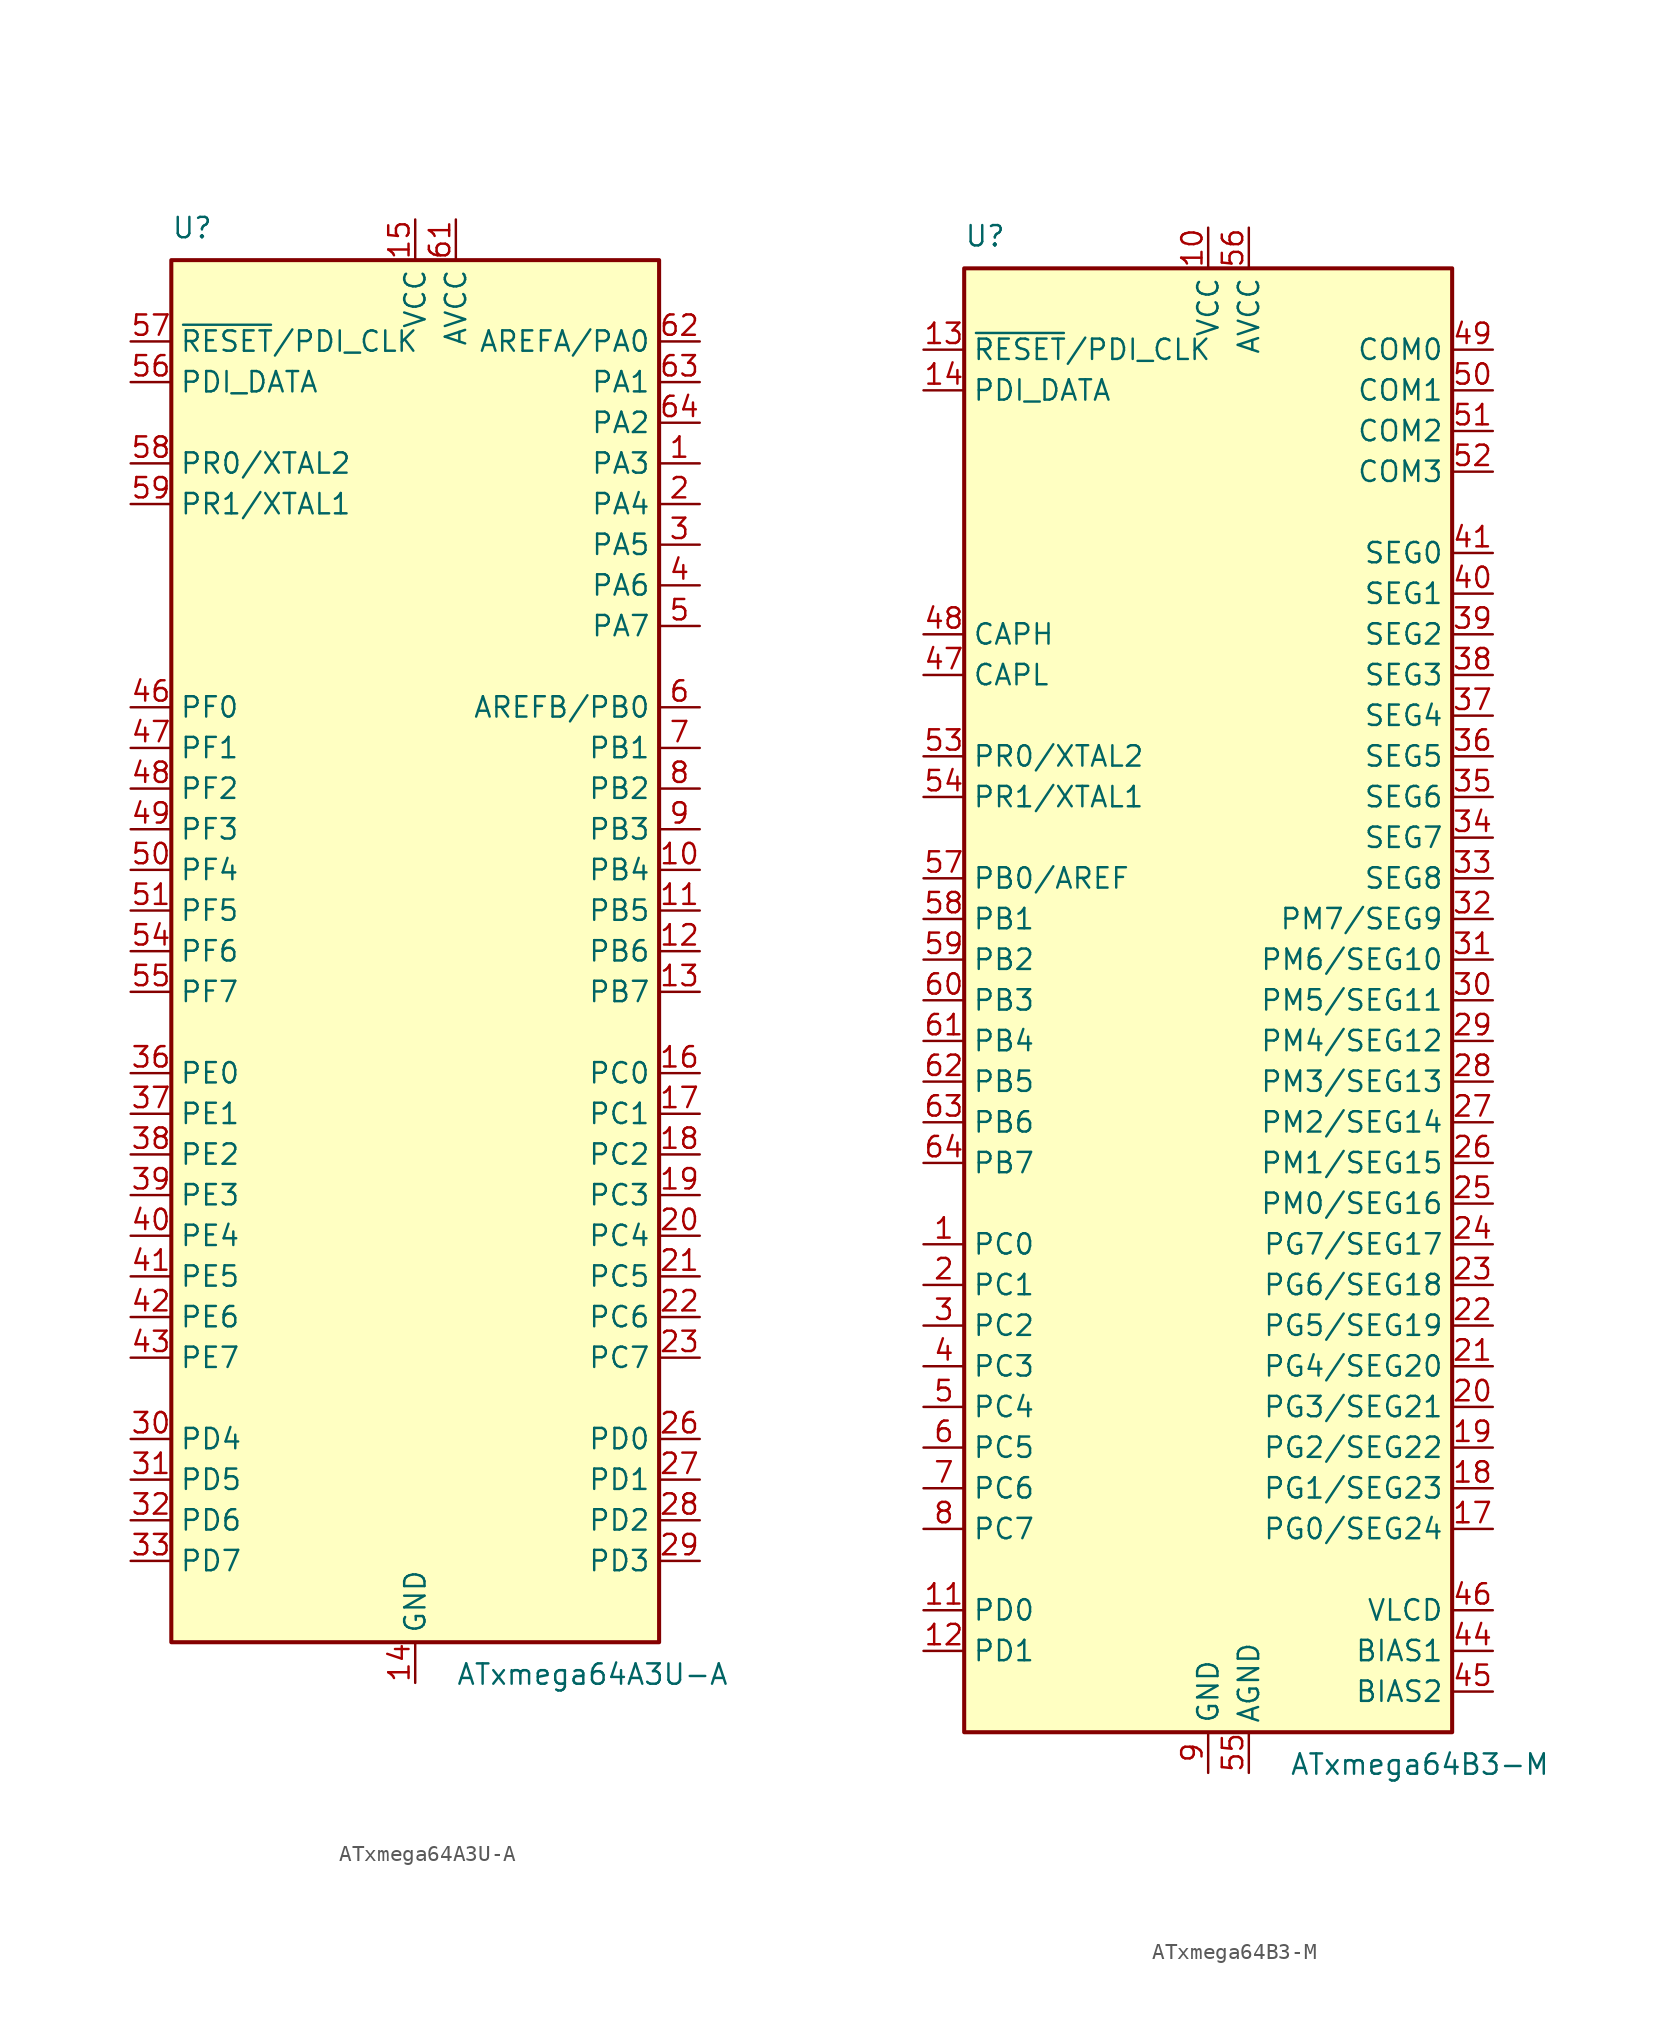
<source format=kicad_sym>
(kicad_symbol_lib
  (version 20201005)
  (generator kicad_symbol_editor)
  (symbol "MCU_Microchip_ATmega:ATxmega64A3U-A"
    (property "Reference" "U"
      (at -15.24 44.45 0)
      (effects (font (size 1.27 1.27)) (justify left bottom)))
    (property "Value" "ATxmega64A3U-A"
      (at 2.54 -44.45 0)
      (effects (font (size 1.27 1.27)) (justify left top)))
    (symbol "ATxmega64A3U-A_0_1"
      (rectangle (start -15.24 -43.18) (end 15.24 43.18) (stroke (width 0.254)) (fill (type background))))
    (symbol "ATxmega64A3U-A_1_1"
      (pin bidirectional line (at 17.78 30.48 180) (length 2.54) (name "PA3" (effects (font (size 1.27 1.27)))) (number "1" (effects (font (size 1.27 1.27)))))
      (pin bidirectional line (at 17.78 5.08 180) (length 2.54) (name "PB4" (effects (font (size 1.27 1.27)))) (number "10" (effects (font (size 1.27 1.27)))))
      (pin bidirectional line (at 17.78 2.54 180) (length 2.54) (name "PB5" (effects (font (size 1.27 1.27)))) (number "11" (effects (font (size 1.27 1.27)))))
      (pin bidirectional line (at 17.78 0 180) (length 2.54) (name "PB6" (effects (font (size 1.27 1.27)))) (number "12" (effects (font (size 1.27 1.27)))))
      (pin bidirectional line (at 17.78 -2.54 180) (length 2.54) (name "PB7" (effects (font (size 1.27 1.27)))) (number "13" (effects (font (size 1.27 1.27)))))
      (pin power_in line (at 0 -45.72 90) (length 2.54) (name "GND" (effects (font (size 1.27 1.27)))) (number "14" (effects (font (size 1.27 1.27)))))
      (pin power_in line (at 0 45.72 270) (length 2.54) (name "VCC" (effects (font (size 1.27 1.27)))) (number "15" (effects (font (size 1.27 1.27)))))
      (pin bidirectional line (at 17.78 -7.62 180) (length 2.54) (name "PC0" (effects (font (size 1.27 1.27)))) (number "16" (effects (font (size 1.27 1.27)))))
      (pin bidirectional line (at 17.78 -10.16 180) (length 2.54) (name "PC1" (effects (font (size 1.27 1.27)))) (number "17" (effects (font (size 1.27 1.27)))))
      (pin bidirectional line (at 17.78 -12.7 180) (length 2.54) (name "PC2" (effects (font (size 1.27 1.27)))) (number "18" (effects (font (size 1.27 1.27)))))
      (pin bidirectional line (at 17.78 -15.24 180) (length 2.54) (name "PC3" (effects (font (size 1.27 1.27)))) (number "19" (effects (font (size 1.27 1.27)))))
      (pin bidirectional line (at 17.78 27.94 180) (length 2.54) (name "PA4" (effects (font (size 1.27 1.27)))) (number "2" (effects (font (size 1.27 1.27)))))
      (pin bidirectional line (at 17.78 -17.78 180) (length 2.54) (name "PC4" (effects (font (size 1.27 1.27)))) (number "20" (effects (font (size 1.27 1.27)))))
      (pin bidirectional line (at 17.78 -20.32 180) (length 2.54) (name "PC5" (effects (font (size 1.27 1.27)))) (number "21" (effects (font (size 1.27 1.27)))))
      (pin bidirectional line (at 17.78 -22.86 180) (length 2.54) (name "PC6" (effects (font (size 1.27 1.27)))) (number "22" (effects (font (size 1.27 1.27)))))
      (pin bidirectional line (at 17.78 -25.4 180) (length 2.54) (name "PC7" (effects (font (size 1.27 1.27)))) (number "23" (effects (font (size 1.27 1.27)))))
      (pin passive line (at 0 -45.72 90) (length 2.54) hide (name "GND" (effects (font (size 1.27 1.27)))) (number "24" (effects (font (size 1.27 1.27)))))
      (pin passive line (at 0 45.72 270) (length 2.54) hide (name "VCC" (effects (font (size 1.27 1.27)))) (number "25" (effects (font (size 1.27 1.27)))))
      (pin bidirectional line (at 17.78 -30.48 180) (length 2.54) (name "PD0" (effects (font (size 1.27 1.27)))) (number "26" (effects (font (size 1.27 1.27)))))
      (pin bidirectional line (at 17.78 -33.02 180) (length 2.54) (name "PD1" (effects (font (size 1.27 1.27)))) (number "27" (effects (font (size 1.27 1.27)))))
      (pin bidirectional line (at 17.78 -35.56 180) (length 2.54) (name "PD2" (effects (font (size 1.27 1.27)))) (number "28" (effects (font (size 1.27 1.27)))))
      (pin bidirectional line (at 17.78 -38.1 180) (length 2.54) (name "PD3" (effects (font (size 1.27 1.27)))) (number "29" (effects (font (size 1.27 1.27)))))
      (pin bidirectional line (at 17.78 25.4 180) (length 2.54) (name "PA5" (effects (font (size 1.27 1.27)))) (number "3" (effects (font (size 1.27 1.27)))))
      (pin bidirectional line (at -17.78 -30.48 0) (length 2.54) (name "PD4" (effects (font (size 1.27 1.27)))) (number "30" (effects (font (size 1.27 1.27)))))
      (pin bidirectional line (at -17.78 -33.02 0) (length 2.54) (name "PD5" (effects (font (size 1.27 1.27)))) (number "31" (effects (font (size 1.27 1.27)))))
      (pin bidirectional line (at -17.78 -35.56 0) (length 2.54) (name "PD6" (effects (font (size 1.27 1.27)))) (number "32" (effects (font (size 1.27 1.27)))))
      (pin bidirectional line (at -17.78 -38.1 0) (length 2.54) (name "PD7" (effects (font (size 1.27 1.27)))) (number "33" (effects (font (size 1.27 1.27)))))
      (pin passive line (at 0 -45.72 90) (length 2.54) hide (name "GND" (effects (font (size 1.27 1.27)))) (number "34" (effects (font (size 1.27 1.27)))))
      (pin passive line (at 0 45.72 270) (length 2.54) hide (name "VCC" (effects (font (size 1.27 1.27)))) (number "35" (effects (font (size 1.27 1.27)))))
      (pin bidirectional line (at -17.78 -7.62 0) (length 2.54) (name "PE0" (effects (font (size 1.27 1.27)))) (number "36" (effects (font (size 1.27 1.27)))))
      (pin bidirectional line (at -17.78 -10.16 0) (length 2.54) (name "PE1" (effects (font (size 1.27 1.27)))) (number "37" (effects (font (size 1.27 1.27)))))
      (pin bidirectional line (at -17.78 -12.7 0) (length 2.54) (name "PE2" (effects (font (size 1.27 1.27)))) (number "38" (effects (font (size 1.27 1.27)))))
      (pin bidirectional line (at -17.78 -15.24 0) (length 2.54) (name "PE3" (effects (font (size 1.27 1.27)))) (number "39" (effects (font (size 1.27 1.27)))))
      (pin bidirectional line (at 17.78 22.86 180) (length 2.54) (name "PA6" (effects (font (size 1.27 1.27)))) (number "4" (effects (font (size 1.27 1.27)))))
      (pin bidirectional line (at -17.78 -17.78 0) (length 2.54) (name "PE4" (effects (font (size 1.27 1.27)))) (number "40" (effects (font (size 1.27 1.27)))))
      (pin bidirectional line (at -17.78 -20.32 0) (length 2.54) (name "PE5" (effects (font (size 1.27 1.27)))) (number "41" (effects (font (size 1.27 1.27)))))
      (pin bidirectional line (at -17.78 -22.86 0) (length 2.54) (name "PE6" (effects (font (size 1.27 1.27)))) (number "42" (effects (font (size 1.27 1.27)))))
      (pin bidirectional line (at -17.78 -25.4 0) (length 2.54) (name "PE7" (effects (font (size 1.27 1.27)))) (number "43" (effects (font (size 1.27 1.27)))))
      (pin passive line (at 0 -45.72 90) (length 2.54) hide (name "GND" (effects (font (size 1.27 1.27)))) (number "44" (effects (font (size 1.27 1.27)))))
      (pin passive line (at 0 45.72 270) (length 2.54) hide (name "VCC" (effects (font (size 1.27 1.27)))) (number "45" (effects (font (size 1.27 1.27)))))
      (pin bidirectional line (at -17.78 15.24 0) (length 2.54) (name "PF0" (effects (font (size 1.27 1.27)))) (number "46" (effects (font (size 1.27 1.27)))))
      (pin bidirectional line (at -17.78 12.7 0) (length 2.54) (name "PF1" (effects (font (size 1.27 1.27)))) (number "47" (effects (font (size 1.27 1.27)))))
      (pin bidirectional line (at -17.78 10.16 0) (length 2.54) (name "PF2" (effects (font (size 1.27 1.27)))) (number "48" (effects (font (size 1.27 1.27)))))
      (pin bidirectional line (at -17.78 7.62 0) (length 2.54) (name "PF3" (effects (font (size 1.27 1.27)))) (number "49" (effects (font (size 1.27 1.27)))))
      (pin bidirectional line (at 17.78 20.32 180) (length 2.54) (name "PA7" (effects (font (size 1.27 1.27)))) (number "5" (effects (font (size 1.27 1.27)))))
      (pin bidirectional line (at -17.78 5.08 0) (length 2.54) (name "PF4" (effects (font (size 1.27 1.27)))) (number "50" (effects (font (size 1.27 1.27)))))
      (pin bidirectional line (at -17.78 2.54 0) (length 2.54) (name "PF5" (effects (font (size 1.27 1.27)))) (number "51" (effects (font (size 1.27 1.27)))))
      (pin passive line (at 0 -45.72 90) (length 2.54) hide (name "GND" (effects (font (size 1.27 1.27)))) (number "52" (effects (font (size 1.27 1.27)))))
      (pin passive line (at 0 45.72 270) (length 2.54) hide (name "VCC" (effects (font (size 1.27 1.27)))) (number "53" (effects (font (size 1.27 1.27)))))
      (pin bidirectional line (at -17.78 0 0) (length 2.54) (name "PF6" (effects (font (size 1.27 1.27)))) (number "54" (effects (font (size 1.27 1.27)))))
      (pin bidirectional line (at -17.78 -2.54 0) (length 2.54) (name "PF7" (effects (font (size 1.27 1.27)))) (number "55" (effects (font (size 1.27 1.27)))))
      (pin bidirectional line (at -17.78 35.56 0) (length 2.54) (name "PDI_DATA" (effects (font (size 1.27 1.27)))) (number "56" (effects (font (size 1.27 1.27)))))
      (pin input line (at -17.78 38.1 0) (length 2.54) (name "~RESET~/PDI_CLK" (effects (font (size 1.27 1.27)))) (number "57" (effects (font (size 1.27 1.27)))))
      (pin bidirectional line (at -17.78 30.48 0) (length 2.54) (name "PR0/XTAL2" (effects (font (size 1.27 1.27)))) (number "58" (effects (font (size 1.27 1.27)))))
      (pin bidirectional line (at -17.78 27.94 0) (length 2.54) (name "PR1/XTAL1" (effects (font (size 1.27 1.27)))) (number "59" (effects (font (size 1.27 1.27)))))
      (pin bidirectional line (at 17.78 15.24 180) (length 2.54) (name "AREFB/PB0" (effects (font (size 1.27 1.27)))) (number "6" (effects (font (size 1.27 1.27)))))
      (pin passive line (at 0 -45.72 90) (length 2.54) hide (name "GND" (effects (font (size 1.27 1.27)))) (number "60" (effects (font (size 1.27 1.27)))))
      (pin power_in line (at 2.54 45.72 270) (length 2.54) (name "AVCC" (effects (font (size 1.27 1.27)))) (number "61" (effects (font (size 1.27 1.27)))))
      (pin bidirectional line (at 17.78 38.1 180) (length 2.54) (name "AREFA/PA0" (effects (font (size 1.27 1.27)))) (number "62" (effects (font (size 1.27 1.27)))))
      (pin bidirectional line (at 17.78 35.56 180) (length 2.54) (name "PA1" (effects (font (size 1.27 1.27)))) (number "63" (effects (font (size 1.27 1.27)))))
      (pin bidirectional line (at 17.78 33.02 180) (length 2.54) (name "PA2" (effects (font (size 1.27 1.27)))) (number "64" (effects (font (size 1.27 1.27)))))
      (pin bidirectional line (at 17.78 12.7 180) (length 2.54) (name "PB1" (effects (font (size 1.27 1.27)))) (number "7" (effects (font (size 1.27 1.27)))))
      (pin bidirectional line (at 17.78 10.16 180) (length 2.54) (name "PB2" (effects (font (size 1.27 1.27)))) (number "8" (effects (font (size 1.27 1.27)))))
      (pin bidirectional line (at 17.78 7.62 180) (length 2.54) (name "PB3" (effects (font (size 1.27 1.27)))) (number "9" (effects (font (size 1.27 1.27)))))))
  (symbol "MCU_Microchip_ATmega:ATxmega64B3-M"
    (property "Reference" "U"
      (at -15.24 46.99 0)
      (effects (font (size 1.27 1.27)) (justify left bottom)))
    (property "Value" "ATxmega64B3-M"
      (at 5.08 -46.99 0)
      (effects (font (size 1.27 1.27)) (justify left top)))
    (symbol "ATxmega64B3-M_0_1"
      (rectangle (start -15.24 -45.72) (end 15.24 45.72) (stroke (width 0.254)) (fill (type background))))
    (symbol "ATxmega64B3-M_1_1"
      (pin bidirectional line (at -17.78 -15.24 0) (length 2.54) (name "PC0" (effects (font (size 1.27 1.27)))) (number "1" (effects (font (size 1.27 1.27)))))
      (pin power_in line (at 0 48.26 270) (length 2.54) (name "VCC" (effects (font (size 1.27 1.27)))) (number "10" (effects (font (size 1.27 1.27)))))
      (pin bidirectional line (at -17.78 -38.1 0) (length 2.54) (name "PD0" (effects (font (size 1.27 1.27)))) (number "11" (effects (font (size 1.27 1.27)))))
      (pin bidirectional line (at -17.78 -40.64 0) (length 2.54) (name "PD1" (effects (font (size 1.27 1.27)))) (number "12" (effects (font (size 1.27 1.27)))))
      (pin input line (at -17.78 40.64 0) (length 2.54) (name "~RESET~/PDI_CLK" (effects (font (size 1.27 1.27)))) (number "13" (effects (font (size 1.27 1.27)))))
      (pin bidirectional line (at -17.78 38.1 0) (length 2.54) (name "PDI_DATA" (effects (font (size 1.27 1.27)))) (number "14" (effects (font (size 1.27 1.27)))))
      (pin passive line (at 0 -48.26 90) (length 2.54) hide (name "GND" (effects (font (size 1.27 1.27)))) (number "15" (effects (font (size 1.27 1.27)))))
      (pin passive line (at 0 48.26 270) (length 2.54) hide (name "VCC" (effects (font (size 1.27 1.27)))) (number "16" (effects (font (size 1.27 1.27)))))
      (pin bidirectional line (at 17.78 -33.02 180) (length 2.54) (name "PG0/SEG24" (effects (font (size 1.27 1.27)))) (number "17" (effects (font (size 1.27 1.27)))))
      (pin bidirectional line (at 17.78 -30.48 180) (length 2.54) (name "PG1/SEG23" (effects (font (size 1.27 1.27)))) (number "18" (effects (font (size 1.27 1.27)))))
      (pin bidirectional line (at 17.78 -27.94 180) (length 2.54) (name "PG2/SEG22" (effects (font (size 1.27 1.27)))) (number "19" (effects (font (size 1.27 1.27)))))
      (pin bidirectional line (at -17.78 -17.78 0) (length 2.54) (name "PC1" (effects (font (size 1.27 1.27)))) (number "2" (effects (font (size 1.27 1.27)))))
      (pin bidirectional line (at 17.78 -25.4 180) (length 2.54) (name "PG3/SEG21" (effects (font (size 1.27 1.27)))) (number "20" (effects (font (size 1.27 1.27)))))
      (pin bidirectional line (at 17.78 -22.86 180) (length 2.54) (name "PG4/SEG20" (effects (font (size 1.27 1.27)))) (number "21" (effects (font (size 1.27 1.27)))))
      (pin bidirectional line (at 17.78 -20.32 180) (length 2.54) (name "PG5/SEG19" (effects (font (size 1.27 1.27)))) (number "22" (effects (font (size 1.27 1.27)))))
      (pin bidirectional line (at 17.78 -17.78 180) (length 2.54) (name "PG6/SEG18" (effects (font (size 1.27 1.27)))) (number "23" (effects (font (size 1.27 1.27)))))
      (pin bidirectional line (at 17.78 -15.24 180) (length 2.54) (name "PG7/SEG17" (effects (font (size 1.27 1.27)))) (number "24" (effects (font (size 1.27 1.27)))))
      (pin bidirectional line (at 17.78 -12.7 180) (length 2.54) (name "PM0/SEG16" (effects (font (size 1.27 1.27)))) (number "25" (effects (font (size 1.27 1.27)))))
      (pin bidirectional line (at 17.78 -10.16 180) (length 2.54) (name "PM1/SEG15" (effects (font (size 1.27 1.27)))) (number "26" (effects (font (size 1.27 1.27)))))
      (pin bidirectional line (at 17.78 -7.62 180) (length 2.54) (name "PM2/SEG14" (effects (font (size 1.27 1.27)))) (number "27" (effects (font (size 1.27 1.27)))))
      (pin bidirectional line (at 17.78 -5.08 180) (length 2.54) (name "PM3/SEG13" (effects (font (size 1.27 1.27)))) (number "28" (effects (font (size 1.27 1.27)))))
      (pin bidirectional line (at 17.78 -2.54 180) (length 2.54) (name "PM4/SEG12" (effects (font (size 1.27 1.27)))) (number "29" (effects (font (size 1.27 1.27)))))
      (pin bidirectional line (at -17.78 -20.32 0) (length 2.54) (name "PC2" (effects (font (size 1.27 1.27)))) (number "3" (effects (font (size 1.27 1.27)))))
      (pin bidirectional line (at 17.78 0 180) (length 2.54) (name "PM5/SEG11" (effects (font (size 1.27 1.27)))) (number "30" (effects (font (size 1.27 1.27)))))
      (pin bidirectional line (at 17.78 2.54 180) (length 2.54) (name "PM6/SEG10" (effects (font (size 1.27 1.27)))) (number "31" (effects (font (size 1.27 1.27)))))
      (pin bidirectional line (at 17.78 5.08 180) (length 2.54) (name "PM7/SEG9" (effects (font (size 1.27 1.27)))) (number "32" (effects (font (size 1.27 1.27)))))
      (pin output line (at 17.78 7.62 180) (length 2.54) (name "SEG8" (effects (font (size 1.27 1.27)))) (number "33" (effects (font (size 1.27 1.27)))))
      (pin output line (at 17.78 10.16 180) (length 2.54) (name "SEG7" (effects (font (size 1.27 1.27)))) (number "34" (effects (font (size 1.27 1.27)))))
      (pin output line (at 17.78 12.7 180) (length 2.54) (name "SEG6" (effects (font (size 1.27 1.27)))) (number "35" (effects (font (size 1.27 1.27)))))
      (pin output line (at 17.78 15.24 180) (length 2.54) (name "SEG5" (effects (font (size 1.27 1.27)))) (number "36" (effects (font (size 1.27 1.27)))))
      (pin output line (at 17.78 17.78 180) (length 2.54) (name "SEG4" (effects (font (size 1.27 1.27)))) (number "37" (effects (font (size 1.27 1.27)))))
      (pin output line (at 17.78 20.32 180) (length 2.54) (name "SEG3" (effects (font (size 1.27 1.27)))) (number "38" (effects (font (size 1.27 1.27)))))
      (pin output line (at 17.78 22.86 180) (length 2.54) (name "SEG2" (effects (font (size 1.27 1.27)))) (number "39" (effects (font (size 1.27 1.27)))))
      (pin bidirectional line (at -17.78 -22.86 0) (length 2.54) (name "PC3" (effects (font (size 1.27 1.27)))) (number "4" (effects (font (size 1.27 1.27)))))
      (pin output line (at 17.78 25.4 180) (length 2.54) (name "SEG1" (effects (font (size 1.27 1.27)))) (number "40" (effects (font (size 1.27 1.27)))))
      (pin output line (at 17.78 27.94 180) (length 2.54) (name "SEG0" (effects (font (size 1.27 1.27)))) (number "41" (effects (font (size 1.27 1.27)))))
      (pin passive line (at 0 -48.26 90) (length 2.54) hide (name "GND" (effects (font (size 1.27 1.27)))) (number "42" (effects (font (size 1.27 1.27)))))
      (pin passive line (at 0 48.26 270) (length 2.54) hide (name "VCC" (effects (font (size 1.27 1.27)))) (number "43" (effects (font (size 1.27 1.27)))))
      (pin power_out line (at 17.78 -40.64 180) (length 2.54) (name "BIAS1" (effects (font (size 1.27 1.27)))) (number "44" (effects (font (size 1.27 1.27)))))
      (pin power_out line (at 17.78 -43.18 180) (length 2.54) (name "BIAS2" (effects (font (size 1.27 1.27)))) (number "45" (effects (font (size 1.27 1.27)))))
      (pin power_out line (at 17.78 -38.1 180) (length 2.54) (name "VLCD" (effects (font (size 1.27 1.27)))) (number "46" (effects (font (size 1.27 1.27)))))
      (pin passive line (at -17.78 20.32 0) (length 2.54) (name "CAPL" (effects (font (size 1.27 1.27)))) (number "47" (effects (font (size 1.27 1.27)))))
      (pin passive line (at -17.78 22.86 0) (length 2.54) (name "CAPH" (effects (font (size 1.27 1.27)))) (number "48" (effects (font (size 1.27 1.27)))))
      (pin output line (at 17.78 40.64 180) (length 2.54) (name "COM0" (effects (font (size 1.27 1.27)))) (number "49" (effects (font (size 1.27 1.27)))))
      (pin bidirectional line (at -17.78 -25.4 0) (length 2.54) (name "PC4" (effects (font (size 1.27 1.27)))) (number "5" (effects (font (size 1.27 1.27)))))
      (pin output line (at 17.78 38.1 180) (length 2.54) (name "COM1" (effects (font (size 1.27 1.27)))) (number "50" (effects (font (size 1.27 1.27)))))
      (pin output line (at 17.78 35.56 180) (length 2.54) (name "COM2" (effects (font (size 1.27 1.27)))) (number "51" (effects (font (size 1.27 1.27)))))
      (pin output line (at 17.78 33.02 180) (length 2.54) (name "COM3" (effects (font (size 1.27 1.27)))) (number "52" (effects (font (size 1.27 1.27)))))
      (pin bidirectional line (at -17.78 15.24 0) (length 2.54) (name "PR0/XTAL2" (effects (font (size 1.27 1.27)))) (number "53" (effects (font (size 1.27 1.27)))))
      (pin bidirectional line (at -17.78 12.7 0) (length 2.54) (name "PR1/XTAL1" (effects (font (size 1.27 1.27)))) (number "54" (effects (font (size 1.27 1.27)))))
      (pin power_in line (at 2.54 -48.26 90) (length 2.54) (name "AGND" (effects (font (size 1.27 1.27)))) (number "55" (effects (font (size 1.27 1.27)))))
      (pin power_in line (at 2.54 48.26 270) (length 2.54) (name "AVCC" (effects (font (size 1.27 1.27)))) (number "56" (effects (font (size 1.27 1.27)))))
      (pin bidirectional line (at -17.78 7.62 0) (length 2.54) (name "PB0/AREF" (effects (font (size 1.27 1.27)))) (number "57" (effects (font (size 1.27 1.27)))))
      (pin bidirectional line (at -17.78 5.08 0) (length 2.54) (name "PB1" (effects (font (size 1.27 1.27)))) (number "58" (effects (font (size 1.27 1.27)))))
      (pin bidirectional line (at -17.78 2.54 0) (length 2.54) (name "PB2" (effects (font (size 1.27 1.27)))) (number "59" (effects (font (size 1.27 1.27)))))
      (pin bidirectional line (at -17.78 -27.94 0) (length 2.54) (name "PC5" (effects (font (size 1.27 1.27)))) (number "6" (effects (font (size 1.27 1.27)))))
      (pin bidirectional line (at -17.78 0 0) (length 2.54) (name "PB3" (effects (font (size 1.27 1.27)))) (number "60" (effects (font (size 1.27 1.27)))))
      (pin bidirectional line (at -17.78 -2.54 0) (length 2.54) (name "PB4" (effects (font (size 1.27 1.27)))) (number "61" (effects (font (size 1.27 1.27)))))
      (pin bidirectional line (at -17.78 -5.08 0) (length 2.54) (name "PB5" (effects (font (size 1.27 1.27)))) (number "62" (effects (font (size 1.27 1.27)))))
      (pin bidirectional line (at -17.78 -7.62 0) (length 2.54) (name "PB6" (effects (font (size 1.27 1.27)))) (number "63" (effects (font (size 1.27 1.27)))))
      (pin bidirectional line (at -17.78 -10.16 0) (length 2.54) (name "PB7" (effects (font (size 1.27 1.27)))) (number "64" (effects (font (size 1.27 1.27)))))
      (pin passive line (at 0 -48.26 90) (length 2.54) hide (name "GND" (effects (font (size 1.27 1.27)))) (number "65" (effects (font (size 1.27 1.27)))))
      (pin bidirectional line (at -17.78 -30.48 0) (length 2.54) (name "PC6" (effects (font (size 1.27 1.27)))) (number "7" (effects (font (size 1.27 1.27)))))
      (pin bidirectional line (at -17.78 -33.02 0) (length 2.54) (name "PC7" (effects (font (size 1.27 1.27)))) (number "8" (effects (font (size 1.27 1.27)))))
      (pin power_in line (at 0 -48.26 90) (length 2.54) (name "GND" (effects (font (size 1.27 1.27)))) (number "9" (effects (font (size 1.27 1.27))))))))
</source>
